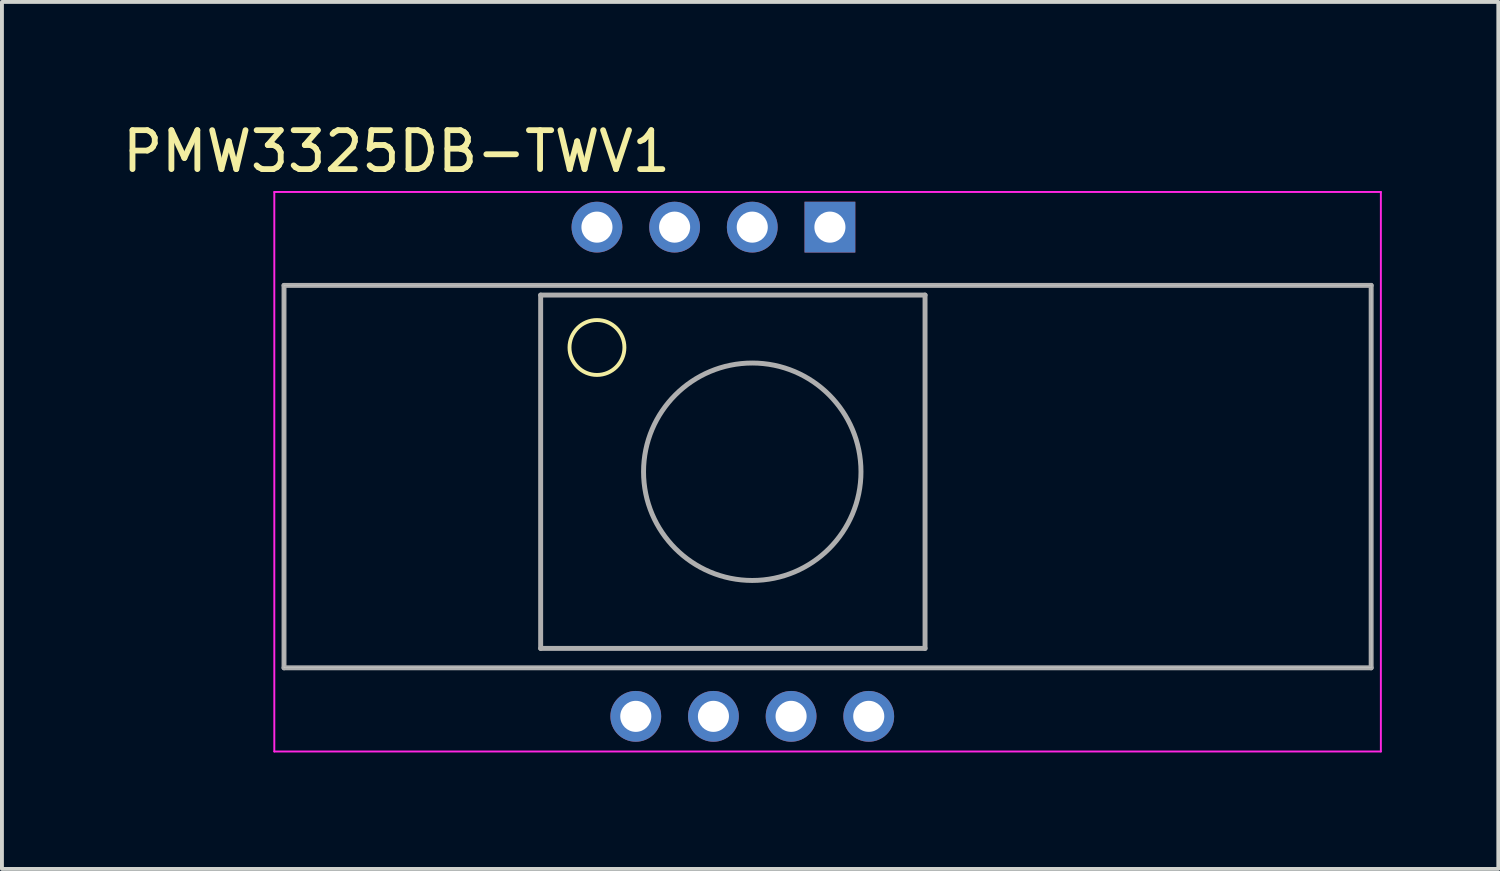
<source format=kicad_pcb>
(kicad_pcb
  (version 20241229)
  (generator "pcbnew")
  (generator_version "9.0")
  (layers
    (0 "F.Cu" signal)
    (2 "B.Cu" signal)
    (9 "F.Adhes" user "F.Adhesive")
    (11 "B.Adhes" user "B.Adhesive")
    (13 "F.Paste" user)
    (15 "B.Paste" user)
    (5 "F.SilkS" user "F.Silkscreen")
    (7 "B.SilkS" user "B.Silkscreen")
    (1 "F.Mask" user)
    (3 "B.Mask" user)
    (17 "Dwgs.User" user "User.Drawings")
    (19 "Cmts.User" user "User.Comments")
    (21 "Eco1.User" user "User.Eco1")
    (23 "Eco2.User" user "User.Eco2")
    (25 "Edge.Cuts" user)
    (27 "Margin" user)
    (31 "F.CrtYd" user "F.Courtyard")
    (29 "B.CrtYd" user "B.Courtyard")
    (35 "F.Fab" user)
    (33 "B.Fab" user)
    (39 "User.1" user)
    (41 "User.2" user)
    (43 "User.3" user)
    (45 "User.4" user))
  (footprint "PMW3325DB-TWV1"
    (layer "F.Cu")
    (at 13.325 15.4)
    (property "Reference" "PMW3325DB-TWV1" (at -6.163 -14.551 0) (layer "F.SilkS") (effects (font (size 1.002 1.002) (thickness 0.15))))
    (attr through_hole)
    (fp_circle (center -1 -9.5) (end -0.5 -9) (stroke (width 0.1) (type default)) (fill no) (layer "F.SilkS"))
    (fp_line (start -9.06 -11.1) (end -9.06 -1.25) (stroke (width 0.01) (type solid)) (layer "Edge.Cuts"))
    (fp_line (start 18.94 -11.1) (end -9.06 -11.1) (stroke (width 0.01) (type solid)) (layer "Edge.Cuts"))
    (fp_line (start 18.94 -11.1) (end 18.94 -1.25) (stroke (width 0.01) (type solid)) (layer "Edge.Cuts"))
    (fp_line (start 18.94 -1.25) (end -9.06 -1.25) (stroke (width 0.01) (type solid)) (layer "Edge.Cuts"))
    (fp_line (start -9.31 -13.505) (end 19.19 -13.505) (stroke (width 0.05) (type solid)) (layer "F.CrtYd"))
    (fp_line (start -9.31 0.905) (end -9.31 -13.505) (stroke (width 0.05) (type solid)) (layer "F.CrtYd"))
    (fp_line (start 19.19 -13.505) (end 19.19 0.905) (stroke (width 0.05) (type solid)) (layer "F.CrtYd"))
    (fp_line (start 19.19 0.905) (end -9.31 0.905) (stroke (width 0.05) (type solid)) (layer "F.CrtYd"))
    (fp_line (start -9.06 -11.1) (end -9.06 -1.25) (stroke (width 0.127) (type solid)) (layer "F.Fab"))
    (fp_line (start -2.45 -10.85) (end -2.45 -1.75) (stroke (width 0.127) (type solid)) (layer "F.Fab"))
    (fp_line (start -2.45 -1.75) (end 7.45 -1.75) (stroke (width 0.127) (type solid)) (layer "F.Fab"))
    (fp_line (start 7.45 -10.85) (end -2.45 -10.85) (stroke (width 0.127) (type solid)) (layer "F.Fab"))
    (fp_line (start 7.45 -1.75) (end 7.45 -10.85) (stroke (width 0.127) (type solid)) (layer "F.Fab"))
    (fp_line (start 18.94 -11.1) (end -9.06 -11.1) (stroke (width 0.127) (type solid)) (layer "F.Fab"))
    (fp_line (start 18.94 -11.1) (end 18.94 -1.25) (stroke (width 0.127) (type solid)) (layer "F.Fab"))
    (fp_line (start 18.94 -1.25) (end -9.06 -1.25) (stroke (width 0.127) (type solid)) (layer "F.Fab"))
    (fp_circle (center 3 -6.3) (end 5.8 -6.3) (stroke (width 0.127) (type solid)) (fill no) (layer "F.Fab"))
    (pad "1" thru_hole rect (at 5 -12.6) (size 1.308 1.308) (drill 0.8) (layers "*.Cu" "*.Mask"))
    (pad "2" thru_hole circle (at 3 -12.6) (size 1.308 1.308) (drill 0.8) (layers "*.Cu" "*.Mask"))
    (pad "3" thru_hole circle (at 1 -12.6) (size 1.308 1.308) (drill 0.8) (layers "*.Cu" "*.Mask"))
    (pad "4" thru_hole circle (at -1 -12.6) (size 1.308 1.308) (drill 0.8) (layers "*.Cu" "*.Mask"))
    (pad "5" thru_hole circle (at 0 0) (size 1.308 1.308) (drill 0.8) (layers "*.Cu" "*.Mask"))
    (pad "6" thru_hole circle (at 2 0) (size 1.308 1.308) (drill 0.8) (layers "*.Cu" "*.Mask"))
    (pad "7" thru_hole circle (at 4 0) (size 1.308 1.308) (drill 0.8) (layers "*.Cu" "*.Mask"))
    (pad "8" thru_hole circle (at 6 0) (size 1.308 1.308) (drill 0.8) (layers "*.Cu" "*.Mask")))
  (gr_rect
    (start -3 -3)
    (end 35.54 19.33)
    (stroke (width 0.1) (type default))
    (fill no)
    (layer "Edge.Cuts")))
</source>
